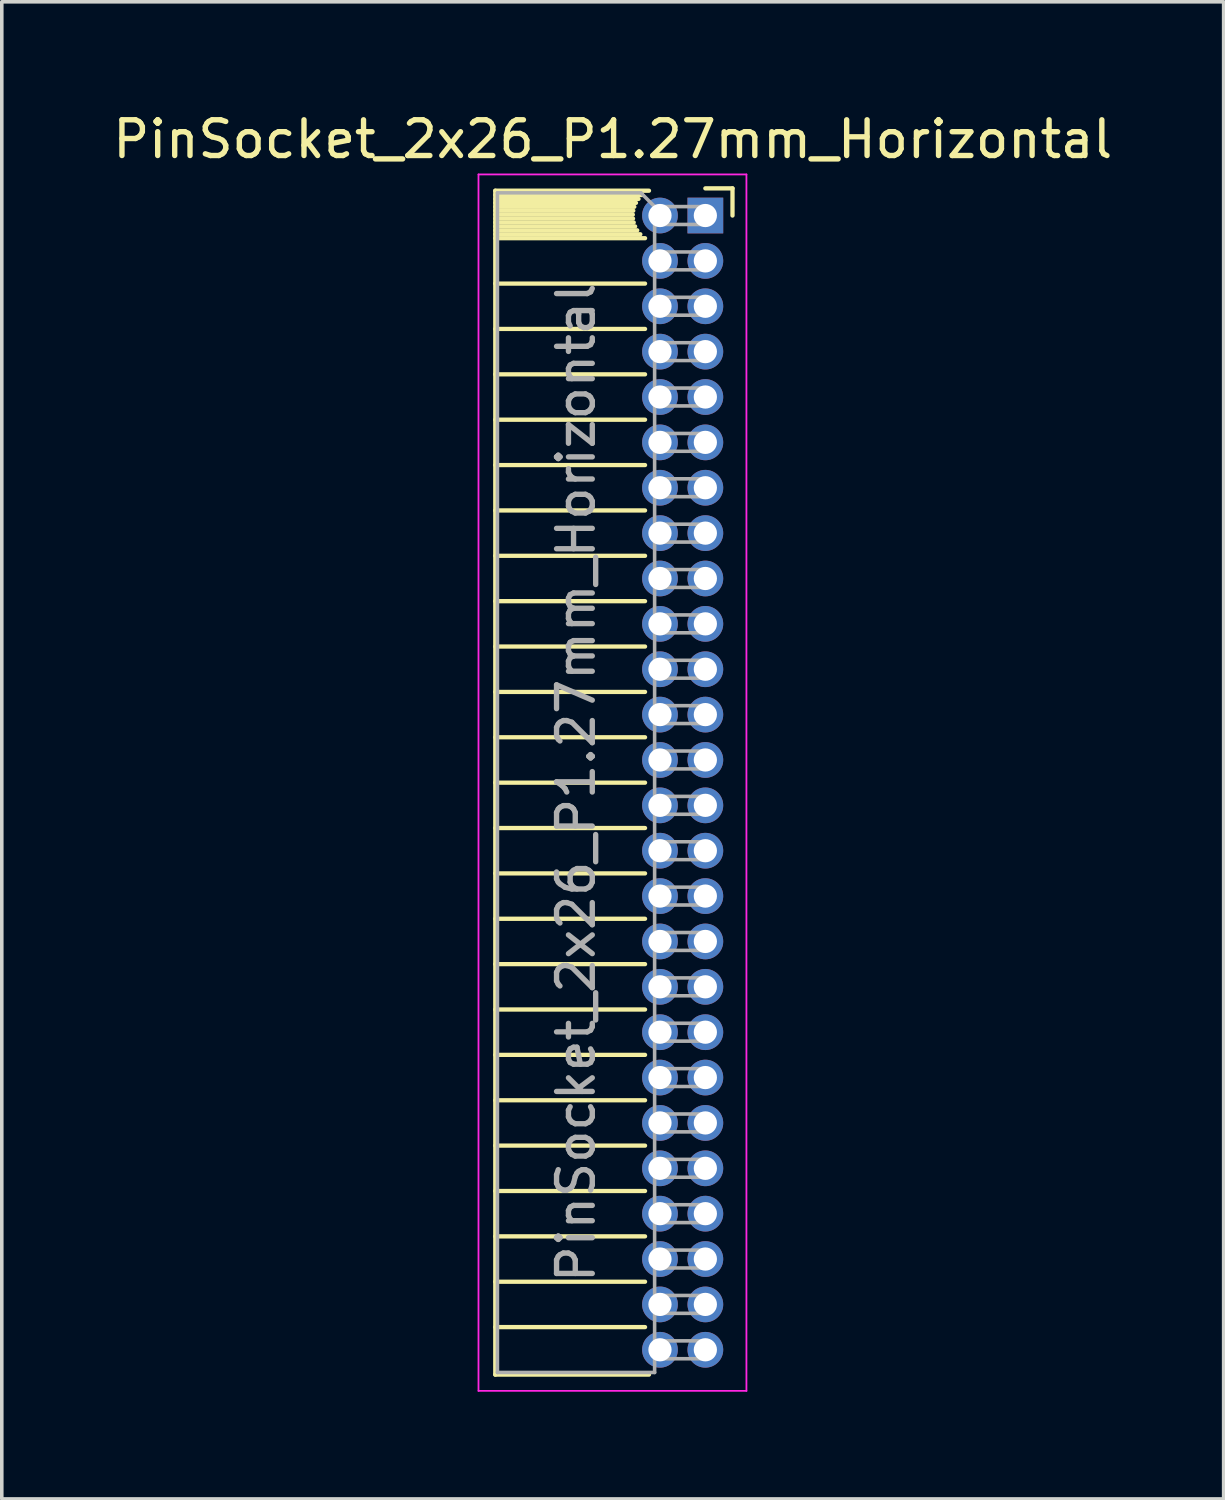
<source format=kicad_pcb>
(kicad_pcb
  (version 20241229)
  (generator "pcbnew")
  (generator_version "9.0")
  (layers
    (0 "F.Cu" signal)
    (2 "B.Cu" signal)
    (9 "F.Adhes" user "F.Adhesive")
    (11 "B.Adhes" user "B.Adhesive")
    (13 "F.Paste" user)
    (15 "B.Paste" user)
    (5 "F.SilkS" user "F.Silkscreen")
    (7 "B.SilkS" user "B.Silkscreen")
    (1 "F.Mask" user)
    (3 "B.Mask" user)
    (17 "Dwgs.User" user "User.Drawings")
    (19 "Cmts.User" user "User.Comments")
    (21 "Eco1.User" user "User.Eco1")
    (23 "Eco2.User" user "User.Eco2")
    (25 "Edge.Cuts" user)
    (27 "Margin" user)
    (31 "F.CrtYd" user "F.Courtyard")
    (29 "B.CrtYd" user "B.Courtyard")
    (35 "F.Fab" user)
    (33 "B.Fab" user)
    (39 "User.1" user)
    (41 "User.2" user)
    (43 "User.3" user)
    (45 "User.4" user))
  (footprint "PinSocket_2x26_P1.27mm_Horizontal"
    (layer "F.Cu")
    (at 16.694 2.983)
    (property "Reference" "PinSocket_2x26_P1.27mm_Horizontal" (at -2.592 -2.135 0) (layer "F.SilkS") (effects (font (size 1 1) (thickness 0.15))))
    (attr through_hole)
    (fp_line (start -5.88 -0.695) (end -5.88 32.445) (stroke (width 0.12) (type solid)) (layer "F.SilkS"))
    (fp_line (start -5.88 -0.695) (end -1.578 -0.695) (stroke (width 0.12) (type solid)) (layer "F.SilkS"))
    (fp_line (start -5.88 -0.575) (end -1.767 -0.575) (stroke (width 0.12) (type solid)) (layer "F.SilkS"))
    (fp_line (start -5.88 -0.465) (end -1.871 -0.465) (stroke (width 0.12) (type solid)) (layer "F.SilkS"))
    (fp_line (start -5.88 -0.355) (end -1.942 -0.355) (stroke (width 0.12) (type solid)) (layer "F.SilkS"))
    (fp_line (start -5.88 -0.245) (end -1.989 -0.245) (stroke (width 0.12) (type solid)) (layer "F.SilkS"))
    (fp_line (start -5.88 -0.135) (end -2.018 -0.135) (stroke (width 0.12) (type solid)) (layer "F.SilkS"))
    (fp_line (start -5.88 -0.025) (end -2.03 -0.025) (stroke (width 0.12) (type solid)) (layer "F.SilkS"))
    (fp_line (start -5.88 0.085) (end -2.025 0.085) (stroke (width 0.12) (type solid)) (layer "F.SilkS"))
    (fp_line (start -5.88 0.195) (end -2.005 0.195) (stroke (width 0.12) (type solid)) (layer "F.SilkS"))
    (fp_line (start -5.88 0.305) (end -1.966 0.305) (stroke (width 0.12) (type solid)) (layer "F.SilkS"))
    (fp_line (start -5.88 0.415) (end -1.907 0.415) (stroke (width 0.12) (type solid)) (layer "F.SilkS"))
    (fp_line (start -5.88 0.525) (end -1.82 0.525) (stroke (width 0.12) (type solid)) (layer "F.SilkS"))
    (fp_line (start -5.88 0.635) (end -1.688 0.635) (stroke (width 0.12) (type solid)) (layer "F.SilkS"))
    (fp_line (start -5.88 1.905) (end -1.688 1.905) (stroke (width 0.12) (type solid)) (layer "F.SilkS"))
    (fp_line (start -5.88 3.175) (end -1.688 3.175) (stroke (width 0.12) (type solid)) (layer "F.SilkS"))
    (fp_line (start -5.88 4.445) (end -1.688 4.445) (stroke (width 0.12) (type solid)) (layer "F.SilkS"))
    (fp_line (start -5.88 5.715) (end -1.688 5.715) (stroke (width 0.12) (type solid)) (layer "F.SilkS"))
    (fp_line (start -5.88 6.985) (end -1.688 6.985) (stroke (width 0.12) (type solid)) (layer "F.SilkS"))
    (fp_line (start -5.88 8.255) (end -1.688 8.255) (stroke (width 0.12) (type solid)) (layer "F.SilkS"))
    (fp_line (start -5.88 9.525) (end -1.688 9.525) (stroke (width 0.12) (type solid)) (layer "F.SilkS"))
    (fp_line (start -5.88 10.795) (end -1.688 10.795) (stroke (width 0.12) (type solid)) (layer "F.SilkS"))
    (fp_line (start -5.88 12.065) (end -1.688 12.065) (stroke (width 0.12) (type solid)) (layer "F.SilkS"))
    (fp_line (start -5.88 13.335) (end -1.688 13.335) (stroke (width 0.12) (type solid)) (layer "F.SilkS"))
    (fp_line (start -5.88 14.605) (end -1.688 14.605) (stroke (width 0.12) (type solid)) (layer "F.SilkS"))
    (fp_line (start -5.88 15.875) (end -1.688 15.875) (stroke (width 0.12) (type solid)) (layer "F.SilkS"))
    (fp_line (start -5.88 17.145) (end -1.688 17.145) (stroke (width 0.12) (type solid)) (layer "F.SilkS"))
    (fp_line (start -5.88 18.415) (end -1.688 18.415) (stroke (width 0.12) (type solid)) (layer "F.SilkS"))
    (fp_line (start -5.88 19.685) (end -1.688 19.685) (stroke (width 0.12) (type solid)) (layer "F.SilkS"))
    (fp_line (start -5.88 20.955) (end -1.688 20.955) (stroke (width 0.12) (type solid)) (layer "F.SilkS"))
    (fp_line (start -5.88 22.225) (end -1.688 22.225) (stroke (width 0.12) (type solid)) (layer "F.SilkS"))
    (fp_line (start -5.88 23.495) (end -1.688 23.495) (stroke (width 0.12) (type solid)) (layer "F.SilkS"))
    (fp_line (start -5.88 24.765) (end -1.688 24.765) (stroke (width 0.12) (type solid)) (layer "F.SilkS"))
    (fp_line (start -5.88 26.035) (end -1.688 26.035) (stroke (width 0.12) (type solid)) (layer "F.SilkS"))
    (fp_line (start -5.88 27.305) (end -1.688 27.305) (stroke (width 0.12) (type solid)) (layer "F.SilkS"))
    (fp_line (start -5.88 28.575) (end -1.688 28.575) (stroke (width 0.12) (type solid)) (layer "F.SilkS"))
    (fp_line (start -5.88 29.845) (end -1.688 29.845) (stroke (width 0.12) (type solid)) (layer "F.SilkS"))
    (fp_line (start -5.88 31.115) (end -1.688 31.115) (stroke (width 0.12) (type solid)) (layer "F.SilkS"))
    (fp_line (start -5.88 32.445) (end -1.578 32.445) (stroke (width 0.12) (type solid)) (layer "F.SilkS"))
    (fp_line (start 0 -0.76) (end 0.76 -0.76) (stroke (width 0.12) (type solid)) (layer "F.SilkS"))
    (fp_line (start 0.76 -0.76) (end 0.76 0) (stroke (width 0.12) (type solid)) (layer "F.SilkS"))
    (fp_line (start -6.35 -1.15) (end -6.35 32.9) (stroke (width 0.05) (type solid)) (layer "F.CrtYd"))
    (fp_line (start -6.35 32.9) (end 1.15 32.9) (stroke (width 0.05) (type solid)) (layer "F.CrtYd"))
    (fp_line (start 1.15 -1.15) (end -6.35 -1.15) (stroke (width 0.05) (type solid)) (layer "F.CrtYd"))
    (fp_line (start 1.15 32.9) (end 1.15 -1.15) (stroke (width 0.05) (type solid)) (layer "F.CrtYd"))
    (fp_line (start -5.82 -0.635) (end -1.805 -0.635) (stroke (width 0.1) (type solid)) (layer "F.Fab"))
    (fp_line (start -5.82 32.385) (end -5.82 -0.635) (stroke (width 0.1) (type solid)) (layer "F.Fab"))
    (fp_line (start -1.805 -0.635) (end -1.42 -0.25) (stroke (width 0.1) (type solid)) (layer "F.Fab"))
    (fp_line (start -1.42 -0.25) (end -1.42 32.385) (stroke (width 0.1) (type solid)) (layer "F.Fab"))
    (fp_line (start -1.42 0.25) (end 0 0.25) (stroke (width 0.1) (type solid)) (layer "F.Fab"))
    (fp_line (start -1.42 1.52) (end 0 1.52) (stroke (width 0.1) (type solid)) (layer "F.Fab"))
    (fp_line (start -1.42 2.79) (end 0 2.79) (stroke (width 0.1) (type solid)) (layer "F.Fab"))
    (fp_line (start -1.42 4.06) (end 0 4.06) (stroke (width 0.1) (type solid)) (layer "F.Fab"))
    (fp_line (start -1.42 5.33) (end 0 5.33) (stroke (width 0.1) (type solid)) (layer "F.Fab"))
    (fp_line (start -1.42 6.6) (end 0 6.6) (stroke (width 0.1) (type solid)) (layer "F.Fab"))
    (fp_line (start -1.42 7.87) (end 0 7.87) (stroke (width 0.1) (type solid)) (layer "F.Fab"))
    (fp_line (start -1.42 9.14) (end 0 9.14) (stroke (width 0.1) (type solid)) (layer "F.Fab"))
    (fp_line (start -1.42 10.41) (end 0 10.41) (stroke (width 0.1) (type solid)) (layer "F.Fab"))
    (fp_line (start -1.42 11.68) (end 0 11.68) (stroke (width 0.1) (type solid)) (layer "F.Fab"))
    (fp_line (start -1.42 12.95) (end 0 12.95) (stroke (width 0.1) (type solid)) (layer "F.Fab"))
    (fp_line (start -1.42 14.22) (end 0 14.22) (stroke (width 0.1) (type solid)) (layer "F.Fab"))
    (fp_line (start -1.42 15.49) (end 0 15.49) (stroke (width 0.1) (type solid)) (layer "F.Fab"))
    (fp_line (start -1.42 16.76) (end 0 16.76) (stroke (width 0.1) (type solid)) (layer "F.Fab"))
    (fp_line (start -1.42 18.03) (end 0 18.03) (stroke (width 0.1) (type solid)) (layer "F.Fab"))
    (fp_line (start -1.42 19.3) (end 0 19.3) (stroke (width 0.1) (type solid)) (layer "F.Fab"))
    (fp_line (start -1.42 20.57) (end 0 20.57) (stroke (width 0.1) (type solid)) (layer "F.Fab"))
    (fp_line (start -1.42 21.84) (end 0 21.84) (stroke (width 0.1) (type solid)) (layer "F.Fab"))
    (fp_line (start -1.42 23.11) (end 0 23.11) (stroke (width 0.1) (type solid)) (layer "F.Fab"))
    (fp_line (start -1.42 24.38) (end 0 24.38) (stroke (width 0.1) (type solid)) (layer "F.Fab"))
    (fp_line (start -1.42 25.65) (end 0 25.65) (stroke (width 0.1) (type solid)) (layer "F.Fab"))
    (fp_line (start -1.42 26.92) (end 0 26.92) (stroke (width 0.1) (type solid)) (layer "F.Fab"))
    (fp_line (start -1.42 28.19) (end 0 28.19) (stroke (width 0.1) (type solid)) (layer "F.Fab"))
    (fp_line (start -1.42 29.46) (end 0 29.46) (stroke (width 0.1) (type solid)) (layer "F.Fab"))
    (fp_line (start -1.42 30.73) (end 0 30.73) (stroke (width 0.1) (type solid)) (layer "F.Fab"))
    (fp_line (start -1.42 32) (end 0 32) (stroke (width 0.1) (type solid)) (layer "F.Fab"))
    (fp_line (start -1.42 32.385) (end -5.82 32.385) (stroke (width 0.1) (type solid)) (layer "F.Fab"))
    (fp_line (start 0 -0.25) (end -1.42 -0.25) (stroke (width 0.1) (type solid)) (layer "F.Fab"))
    (fp_line (start 0 0.25) (end 0 -0.25) (stroke (width 0.1) (type solid)) (layer "F.Fab"))
    (fp_line (start 0 1.02) (end -1.42 1.02) (stroke (width 0.1) (type solid)) (layer "F.Fab"))
    (fp_line (start 0 1.52) (end 0 1.02) (stroke (width 0.1) (type solid)) (layer "F.Fab"))
    (fp_line (start 0 2.29) (end -1.42 2.29) (stroke (width 0.1) (type solid)) (layer "F.Fab"))
    (fp_line (start 0 2.79) (end 0 2.29) (stroke (width 0.1) (type solid)) (layer "F.Fab"))
    (fp_line (start 0 3.56) (end -1.42 3.56) (stroke (width 0.1) (type solid)) (layer "F.Fab"))
    (fp_line (start 0 4.06) (end 0 3.56) (stroke (width 0.1) (type solid)) (layer "F.Fab"))
    (fp_line (start 0 4.83) (end -1.42 4.83) (stroke (width 0.1) (type solid)) (layer "F.Fab"))
    (fp_line (start 0 5.33) (end 0 4.83) (stroke (width 0.1) (type solid)) (layer "F.Fab"))
    (fp_line (start 0 6.1) (end -1.42 6.1) (stroke (width 0.1) (type solid)) (layer "F.Fab"))
    (fp_line (start 0 6.6) (end 0 6.1) (stroke (width 0.1) (type solid)) (layer "F.Fab"))
    (fp_line (start 0 7.37) (end -1.42 7.37) (stroke (width 0.1) (type solid)) (layer "F.Fab"))
    (fp_line (start 0 7.87) (end 0 7.37) (stroke (width 0.1) (type solid)) (layer "F.Fab"))
    (fp_line (start 0 8.64) (end -1.42 8.64) (stroke (width 0.1) (type solid)) (layer "F.Fab"))
    (fp_line (start 0 9.14) (end 0 8.64) (stroke (width 0.1) (type solid)) (layer "F.Fab"))
    (fp_line (start 0 9.91) (end -1.42 9.91) (stroke (width 0.1) (type solid)) (layer "F.Fab"))
    (fp_line (start 0 10.41) (end 0 9.91) (stroke (width 0.1) (type solid)) (layer "F.Fab"))
    (fp_line (start 0 11.18) (end -1.42 11.18) (stroke (width 0.1) (type solid)) (layer "F.Fab"))
    (fp_line (start 0 11.68) (end 0 11.18) (stroke (width 0.1) (type solid)) (layer "F.Fab"))
    (fp_line (start 0 12.45) (end -1.42 12.45) (stroke (width 0.1) (type solid)) (layer "F.Fab"))
    (fp_line (start 0 12.95) (end 0 12.45) (stroke (width 0.1) (type solid)) (layer "F.Fab"))
    (fp_line (start 0 13.72) (end -1.42 13.72) (stroke (width 0.1) (type solid)) (layer "F.Fab"))
    (fp_line (start 0 14.22) (end 0 13.72) (stroke (width 0.1) (type solid)) (layer "F.Fab"))
    (fp_line (start 0 14.99) (end -1.42 14.99) (stroke (width 0.1) (type solid)) (layer "F.Fab"))
    (fp_line (start 0 15.49) (end 0 14.99) (stroke (width 0.1) (type solid)) (layer "F.Fab"))
    (fp_line (start 0 16.26) (end -1.42 16.26) (stroke (width 0.1) (type solid)) (layer "F.Fab"))
    (fp_line (start 0 16.76) (end 0 16.26) (stroke (width 0.1) (type solid)) (layer "F.Fab"))
    (fp_line (start 0 17.53) (end -1.42 17.53) (stroke (width 0.1) (type solid)) (layer "F.Fab"))
    (fp_line (start 0 18.03) (end 0 17.53) (stroke (width 0.1) (type solid)) (layer "F.Fab"))
    (fp_line (start 0 18.8) (end -1.42 18.8) (stroke (width 0.1) (type solid)) (layer "F.Fab"))
    (fp_line (start 0 19.3) (end 0 18.8) (stroke (width 0.1) (type solid)) (layer "F.Fab"))
    (fp_line (start 0 20.07) (end -1.42 20.07) (stroke (width 0.1) (type solid)) (layer "F.Fab"))
    (fp_line (start 0 20.57) (end 0 20.07) (stroke (width 0.1) (type solid)) (layer "F.Fab"))
    (fp_line (start 0 21.34) (end -1.42 21.34) (stroke (width 0.1) (type solid)) (layer "F.Fab"))
    (fp_line (start 0 21.84) (end 0 21.34) (stroke (width 0.1) (type solid)) (layer "F.Fab"))
    (fp_line (start 0 22.61) (end -1.42 22.61) (stroke (width 0.1) (type solid)) (layer "F.Fab"))
    (fp_line (start 0 23.11) (end 0 22.61) (stroke (width 0.1) (type solid)) (layer "F.Fab"))
    (fp_line (start 0 23.88) (end -1.42 23.88) (stroke (width 0.1) (type solid)) (layer "F.Fab"))
    (fp_line (start 0 24.38) (end 0 23.88) (stroke (width 0.1) (type solid)) (layer "F.Fab"))
    (fp_line (start 0 25.15) (end -1.42 25.15) (stroke (width 0.1) (type solid)) (layer "F.Fab"))
    (fp_line (start 0 25.65) (end 0 25.15) (stroke (width 0.1) (type solid)) (layer "F.Fab"))
    (fp_line (start 0 26.42) (end -1.42 26.42) (stroke (width 0.1) (type solid)) (layer "F.Fab"))
    (fp_line (start 0 26.92) (end 0 26.42) (stroke (width 0.1) (type solid)) (layer "F.Fab"))
    (fp_line (start 0 27.69) (end -1.42 27.69) (stroke (width 0.1) (type solid)) (layer "F.Fab"))
    (fp_line (start 0 28.19) (end 0 27.69) (stroke (width 0.1) (type solid)) (layer "F.Fab"))
    (fp_line (start 0 28.96) (end -1.42 28.96) (stroke (width 0.1) (type solid)) (layer "F.Fab"))
    (fp_line (start 0 29.46) (end 0 28.96) (stroke (width 0.1) (type solid)) (layer "F.Fab"))
    (fp_line (start 0 30.23) (end -1.42 30.23) (stroke (width 0.1) (type solid)) (layer "F.Fab"))
    (fp_line (start 0 30.73) (end 0 30.23) (stroke (width 0.1) (type solid)) (layer "F.Fab"))
    (fp_line (start 0 31.5) (end -1.42 31.5) (stroke (width 0.1) (type solid)) (layer "F.Fab"))
    (fp_line (start 0 32) (end 0 31.5) (stroke (width 0.1) (type solid)) (layer "F.Fab"))
    (fp_text user "${REFERENCE}" (at -3.62 15.875 90) (layer "F.Fab") (effects (font (size 1 1) (thickness 0.15))))
    (pad "1" thru_hole rect (at 0 0) (size 1 1) (drill 0.65) (layers "*.Cu" "*.Mask"))
    (pad "2" thru_hole oval (at -1.27 0) (size 1 1) (drill 0.65) (layers "*.Cu" "*.Mask"))
    (pad "3" thru_hole oval (at 0 1.27) (size 1 1) (drill 0.65) (layers "*.Cu" "*.Mask"))
    (pad "4" thru_hole oval (at -1.27 1.27) (size 1 1) (drill 0.65) (layers "*.Cu" "*.Mask"))
    (pad "5" thru_hole oval (at 0 2.54) (size 1 1) (drill 0.65) (layers "*.Cu" "*.Mask"))
    (pad "6" thru_hole oval (at -1.27 2.54) (size 1 1) (drill 0.65) (layers "*.Cu" "*.Mask"))
    (pad "7" thru_hole oval (at 0 3.81) (size 1 1) (drill 0.65) (layers "*.Cu" "*.Mask"))
    (pad "8" thru_hole oval (at -1.27 3.81) (size 1 1) (drill 0.65) (layers "*.Cu" "*.Mask"))
    (pad "9" thru_hole oval (at 0 5.08) (size 1 1) (drill 0.65) (layers "*.Cu" "*.Mask"))
    (pad "10" thru_hole oval (at -1.27 5.08) (size 1 1) (drill 0.65) (layers "*.Cu" "*.Mask"))
    (pad "11" thru_hole oval (at 0 6.35) (size 1 1) (drill 0.65) (layers "*.Cu" "*.Mask"))
    (pad "12" thru_hole oval (at -1.27 6.35) (size 1 1) (drill 0.65) (layers "*.Cu" "*.Mask"))
    (pad "13" thru_hole oval (at 0 7.62) (size 1 1) (drill 0.65) (layers "*.Cu" "*.Mask"))
    (pad "14" thru_hole oval (at -1.27 7.62) (size 1 1) (drill 0.65) (layers "*.Cu" "*.Mask"))
    (pad "15" thru_hole oval (at 0 8.89) (size 1 1) (drill 0.65) (layers "*.Cu" "*.Mask"))
    (pad "16" thru_hole oval (at -1.27 8.89) (size 1 1) (drill 0.65) (layers "*.Cu" "*.Mask"))
    (pad "17" thru_hole oval (at 0 10.16) (size 1 1) (drill 0.65) (layers "*.Cu" "*.Mask"))
    (pad "18" thru_hole oval (at -1.27 10.16) (size 1 1) (drill 0.65) (layers "*.Cu" "*.Mask"))
    (pad "19" thru_hole oval (at 0 11.43) (size 1 1) (drill 0.65) (layers "*.Cu" "*.Mask"))
    (pad "20" thru_hole oval (at -1.27 11.43) (size 1 1) (drill 0.65) (layers "*.Cu" "*.Mask"))
    (pad "21" thru_hole oval (at 0 12.7) (size 1 1) (drill 0.65) (layers "*.Cu" "*.Mask"))
    (pad "22" thru_hole oval (at -1.27 12.7) (size 1 1) (drill 0.65) (layers "*.Cu" "*.Mask"))
    (pad "23" thru_hole oval (at 0 13.97) (size 1 1) (drill 0.65) (layers "*.Cu" "*.Mask"))
    (pad "24" thru_hole oval (at -1.27 13.97) (size 1 1) (drill 0.65) (layers "*.Cu" "*.Mask"))
    (pad "25" thru_hole oval (at 0 15.24) (size 1 1) (drill 0.65) (layers "*.Cu" "*.Mask"))
    (pad "26" thru_hole oval (at -1.27 15.24) (size 1 1) (drill 0.65) (layers "*.Cu" "*.Mask"))
    (pad "27" thru_hole oval (at 0 16.51) (size 1 1) (drill 0.65) (layers "*.Cu" "*.Mask"))
    (pad "28" thru_hole oval (at -1.27 16.51) (size 1 1) (drill 0.65) (layers "*.Cu" "*.Mask"))
    (pad "29" thru_hole oval (at 0 17.78) (size 1 1) (drill 0.65) (layers "*.Cu" "*.Mask"))
    (pad "30" thru_hole oval (at -1.27 17.78) (size 1 1) (drill 0.65) (layers "*.Cu" "*.Mask"))
    (pad "31" thru_hole oval (at 0 19.05) (size 1 1) (drill 0.65) (layers "*.Cu" "*.Mask"))
    (pad "32" thru_hole oval (at -1.27 19.05) (size 1 1) (drill 0.65) (layers "*.Cu" "*.Mask"))
    (pad "33" thru_hole oval (at 0 20.32) (size 1 1) (drill 0.65) (layers "*.Cu" "*.Mask"))
    (pad "34" thru_hole oval (at -1.27 20.32) (size 1 1) (drill 0.65) (layers "*.Cu" "*.Mask"))
    (pad "35" thru_hole oval (at 0 21.59) (size 1 1) (drill 0.65) (layers "*.Cu" "*.Mask"))
    (pad "36" thru_hole oval (at -1.27 21.59) (size 1 1) (drill 0.65) (layers "*.Cu" "*.Mask"))
    (pad "37" thru_hole oval (at 0 22.86) (size 1 1) (drill 0.65) (layers "*.Cu" "*.Mask"))
    (pad "38" thru_hole oval (at -1.27 22.86) (size 1 1) (drill 0.65) (layers "*.Cu" "*.Mask"))
    (pad "39" thru_hole oval (at 0 24.13) (size 1 1) (drill 0.65) (layers "*.Cu" "*.Mask"))
    (pad "40" thru_hole oval (at -1.27 24.13) (size 1 1) (drill 0.65) (layers "*.Cu" "*.Mask"))
    (pad "41" thru_hole oval (at 0 25.4) (size 1 1) (drill 0.65) (layers "*.Cu" "*.Mask"))
    (pad "42" thru_hole oval (at -1.27 25.4) (size 1 1) (drill 0.65) (layers "*.Cu" "*.Mask"))
    (pad "43" thru_hole oval (at 0 26.67) (size 1 1) (drill 0.65) (layers "*.Cu" "*.Mask"))
    (pad "44" thru_hole oval (at -1.27 26.67) (size 1 1) (drill 0.65) (layers "*.Cu" "*.Mask"))
    (pad "45" thru_hole oval (at 0 27.94) (size 1 1) (drill 0.65) (layers "*.Cu" "*.Mask"))
    (pad "46" thru_hole oval (at -1.27 27.94) (size 1 1) (drill 0.65) (layers "*.Cu" "*.Mask"))
    (pad "47" thru_hole oval (at 0 29.21) (size 1 1) (drill 0.65) (layers "*.Cu" "*.Mask"))
    (pad "48" thru_hole oval (at -1.27 29.21) (size 1 1) (drill 0.65) (layers "*.Cu" "*.Mask"))
    (pad "49" thru_hole oval (at 0 30.48) (size 1 1) (drill 0.65) (layers "*.Cu" "*.Mask"))
    (pad "50" thru_hole oval (at -1.27 30.48) (size 1 1) (drill 0.65) (layers "*.Cu" "*.Mask"))
    (pad "51" thru_hole oval (at 0 31.75) (size 1 1) (drill 0.65) (layers "*.Cu" "*.Mask"))
    (pad "52" thru_hole oval (at -1.27 31.75) (size 1 1) (drill 0.65) (layers "*.Cu" "*.Mask")))
  (gr_rect
    (start -3 -3)
    (end 31.202 38.908)
    (stroke (width 0.1) (type default))
    (fill no)
    (layer "Edge.Cuts")))
</source>
